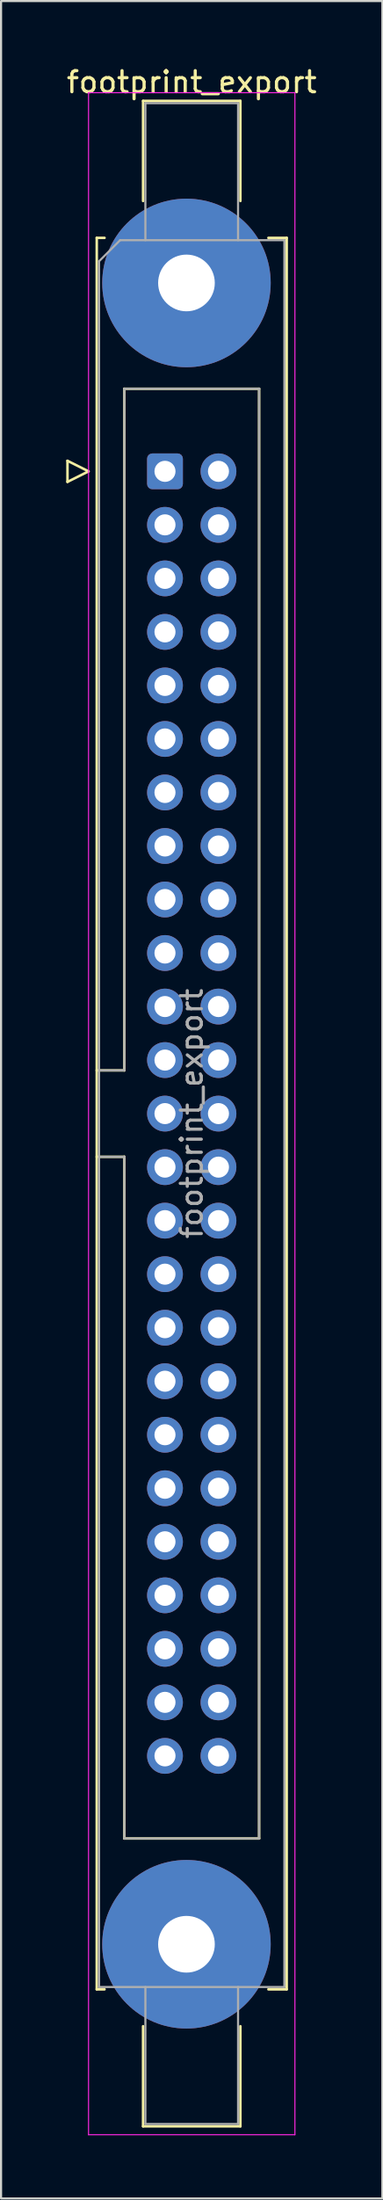
<source format=kicad_pcb>
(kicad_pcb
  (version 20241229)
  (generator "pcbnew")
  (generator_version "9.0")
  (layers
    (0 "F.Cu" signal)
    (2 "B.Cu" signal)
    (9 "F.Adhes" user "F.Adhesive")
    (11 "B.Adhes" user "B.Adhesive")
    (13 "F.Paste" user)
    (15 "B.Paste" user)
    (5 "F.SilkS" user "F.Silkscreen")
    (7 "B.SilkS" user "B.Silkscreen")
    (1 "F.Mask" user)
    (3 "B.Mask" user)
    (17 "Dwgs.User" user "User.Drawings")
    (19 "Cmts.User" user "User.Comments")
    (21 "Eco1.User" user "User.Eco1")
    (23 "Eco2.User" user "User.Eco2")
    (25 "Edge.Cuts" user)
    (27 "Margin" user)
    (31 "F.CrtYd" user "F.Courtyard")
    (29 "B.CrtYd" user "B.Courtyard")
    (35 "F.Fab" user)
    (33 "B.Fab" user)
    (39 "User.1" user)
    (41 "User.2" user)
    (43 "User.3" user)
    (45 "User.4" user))
  (footprint "footprint_export"
    (layer "F.Cu")
    (at 4.784 19.318)
    (property "Reference" "footprint_export" (at 1.27 -18.47 0) (layer "F.SilkS") (effects (font (size 1 1) (thickness 0.15))))
    (attr through_hole)
    (fp_line (start -4.63 -0.5) (end -4.63 0.5) (stroke (width 0.12) (type solid)) (layer "F.SilkS"))
    (fp_line (start -4.63 0.5) (end -3.63 0) (stroke (width 0.12) (type solid)) (layer "F.SilkS"))
    (fp_line (start -3.63 0) (end -4.63 -0.5) (stroke (width 0.12) (type solid)) (layer "F.SilkS"))
    (fp_line (start -3.24 -11.08) (end -3.24 72.04) (stroke (width 0.12) (type solid)) (layer "F.SilkS"))
    (fp_line (start -3.24 28.43) (end -1.93 28.43) (stroke (width 0.12) (type solid)) (layer "F.SilkS"))
    (fp_line (start -3.24 72.04) (end -2.87 72.04) (stroke (width 0.12) (type solid)) (layer "F.SilkS"))
    (fp_line (start -2.87 -11.08) (end -3.24 -11.08) (stroke (width 0.12) (type solid)) (layer "F.SilkS"))
    (fp_line (start -1.93 -3.92) (end 4.47 -3.92) (stroke (width 0.12) (type solid)) (layer "F.SilkS"))
    (fp_line (start -1.93 28.43) (end -1.93 -3.92) (stroke (width 0.12) (type solid)) (layer "F.SilkS"))
    (fp_line (start -1.93 32.53) (end -3.24 32.53) (stroke (width 0.12) (type solid)) (layer "F.SilkS"))
    (fp_line (start -1.93 32.53) (end -1.93 32.53) (stroke (width 0.12) (type solid)) (layer "F.SilkS"))
    (fp_line (start -1.93 64.88) (end -1.93 32.53) (stroke (width 0.12) (type solid)) (layer "F.SilkS"))
    (fp_line (start -1.04 -17.58) (end 3.58 -17.58) (stroke (width 0.12) (type solid)) (layer "F.SilkS"))
    (fp_line (start -1.04 -12.83) (end -1.04 -17.58) (stroke (width 0.12) (type solid)) (layer "F.SilkS"))
    (fp_line (start -1.04 73.79) (end -1.04 78.54) (stroke (width 0.12) (type solid)) (layer "F.SilkS"))
    (fp_line (start -1.04 78.54) (end 3.58 78.54) (stroke (width 0.12) (type solid)) (layer "F.SilkS"))
    (fp_line (start 3.58 -17.58) (end 3.58 -12.83) (stroke (width 0.12) (type solid)) (layer "F.SilkS"))
    (fp_line (start 3.58 78.54) (end 3.58 73.79) (stroke (width 0.12) (type solid)) (layer "F.SilkS"))
    (fp_line (start 4.47 -3.92) (end 4.47 64.88) (stroke (width 0.12) (type solid)) (layer "F.SilkS"))
    (fp_line (start 4.47 64.88) (end -1.93 64.88) (stroke (width 0.12) (type solid)) (layer "F.SilkS"))
    (fp_line (start 4.91 -11.08) (end 5.78 -11.08) (stroke (width 0.12) (type solid)) (layer "F.SilkS"))
    (fp_line (start 5.78 -11.08) (end 5.78 72.04) (stroke (width 0.12) (type solid)) (layer "F.SilkS"))
    (fp_line (start 5.78 72.04) (end 4.91 72.04) (stroke (width 0.12) (type solid)) (layer "F.SilkS"))
    (fp_line (start -3.63 -17.97) (end -3.63 78.94) (stroke (width 0.05) (type solid)) (layer "F.CrtYd"))
    (fp_line (start -3.63 78.94) (end 6.17 78.94) (stroke (width 0.05) (type solid)) (layer "F.CrtYd"))
    (fp_line (start 6.17 -17.97) (end -3.63 -17.97) (stroke (width 0.05) (type solid)) (layer "F.CrtYd"))
    (fp_line (start 6.17 78.94) (end 6.17 -17.97) (stroke (width 0.05) (type solid)) (layer "F.CrtYd"))
    (fp_line (start -3.13 -9.97) (end -2.13 -10.97) (stroke (width 0.1) (type solid)) (layer "F.Fab"))
    (fp_line (start -3.13 28.43) (end -1.93 28.43) (stroke (width 0.1) (type solid)) (layer "F.Fab"))
    (fp_line (start -3.13 71.93) (end -3.13 -9.97) (stroke (width 0.1) (type solid)) (layer "F.Fab"))
    (fp_line (start -2.13 -10.97) (end 5.67 -10.97) (stroke (width 0.1) (type solid)) (layer "F.Fab"))
    (fp_line (start -1.93 -3.92) (end 4.47 -3.92) (stroke (width 0.1) (type solid)) (layer "F.Fab"))
    (fp_line (start -1.93 28.43) (end -1.93 -3.92) (stroke (width 0.1) (type solid)) (layer "F.Fab"))
    (fp_line (start -1.93 32.53) (end -3.13 32.53) (stroke (width 0.1) (type solid)) (layer "F.Fab"))
    (fp_line (start -1.93 32.53) (end -1.93 32.53) (stroke (width 0.1) (type solid)) (layer "F.Fab"))
    (fp_line (start -1.93 64.88) (end -1.93 32.53) (stroke (width 0.1) (type solid)) (layer "F.Fab"))
    (fp_line (start -0.93 -17.47) (end 3.47 -17.47) (stroke (width 0.1) (type solid)) (layer "F.Fab"))
    (fp_line (start -0.93 -10.97) (end -0.93 -17.47) (stroke (width 0.1) (type solid)) (layer "F.Fab"))
    (fp_line (start -0.93 71.93) (end -0.93 78.43) (stroke (width 0.1) (type solid)) (layer "F.Fab"))
    (fp_line (start -0.93 78.43) (end 3.47 78.43) (stroke (width 0.1) (type solid)) (layer "F.Fab"))
    (fp_line (start 3.47 -17.47) (end 3.47 -10.97) (stroke (width 0.1) (type solid)) (layer "F.Fab"))
    (fp_line (start 3.47 78.43) (end 3.47 71.93) (stroke (width 0.1) (type solid)) (layer "F.Fab"))
    (fp_line (start 4.47 -3.92) (end 4.47 64.88) (stroke (width 0.1) (type solid)) (layer "F.Fab"))
    (fp_line (start 4.47 64.88) (end -1.93 64.88) (stroke (width 0.1) (type solid)) (layer "F.Fab"))
    (fp_line (start 5.67 -10.97) (end 5.67 71.93) (stroke (width 0.1) (type solid)) (layer "F.Fab"))
    (fp_line (start 5.67 71.93) (end -3.13 71.93) (stroke (width 0.1) (type solid)) (layer "F.Fab"))
    (fp_text user "${REFERENCE}" (at 1.27 30.48 90) (layer "F.Fab") (effects (font (size 1 1) (thickness 0.15))))
    (pad "1" thru_hole roundrect (at 0 0) (size 1.7 1.7) (drill 1) (layers "*.Cu" "*.Mask") (roundrect_rratio 0.147))
    (pad "2" thru_hole circle (at 2.54 0) (size 1.7 1.7) (drill 1) (layers "*.Cu" "*.Mask"))
    (pad "3" thru_hole circle (at 0 2.54) (size 1.7 1.7) (drill 1) (layers "*.Cu" "*.Mask"))
    (pad "4" thru_hole circle (at 2.54 2.54) (size 1.7 1.7) (drill 1) (layers "*.Cu" "*.Mask"))
    (pad "5" thru_hole circle (at 0 5.08) (size 1.7 1.7) (drill 1) (layers "*.Cu" "*.Mask"))
    (pad "6" thru_hole circle (at 2.54 5.08) (size 1.7 1.7) (drill 1) (layers "*.Cu" "*.Mask"))
    (pad "7" thru_hole circle (at 0 7.62) (size 1.7 1.7) (drill 1) (layers "*.Cu" "*.Mask"))
    (pad "8" thru_hole circle (at 2.54 7.62) (size 1.7 1.7) (drill 1) (layers "*.Cu" "*.Mask"))
    (pad "9" thru_hole circle (at 0 10.16) (size 1.7 1.7) (drill 1) (layers "*.Cu" "*.Mask"))
    (pad "10" thru_hole circle (at 2.54 10.16) (size 1.7 1.7) (drill 1) (layers "*.Cu" "*.Mask"))
    (pad "11" thru_hole circle (at 0 12.7) (size 1.7 1.7) (drill 1) (layers "*.Cu" "*.Mask"))
    (pad "12" thru_hole circle (at 2.54 12.7) (size 1.7 1.7) (drill 1) (layers "*.Cu" "*.Mask"))
    (pad "13" thru_hole circle (at 0 15.24) (size 1.7 1.7) (drill 1) (layers "*.Cu" "*.Mask"))
    (pad "14" thru_hole circle (at 2.54 15.24) (size 1.7 1.7) (drill 1) (layers "*.Cu" "*.Mask"))
    (pad "15" thru_hole circle (at 0 17.78) (size 1.7 1.7) (drill 1) (layers "*.Cu" "*.Mask"))
    (pad "16" thru_hole circle (at 2.54 17.78) (size 1.7 1.7) (drill 1) (layers "*.Cu" "*.Mask"))
    (pad "17" thru_hole circle (at 0 20.32) (size 1.7 1.7) (drill 1) (layers "*.Cu" "*.Mask"))
    (pad "18" thru_hole circle (at 2.54 20.32) (size 1.7 1.7) (drill 1) (layers "*.Cu" "*.Mask"))
    (pad "19" thru_hole circle (at 0 22.86) (size 1.7 1.7) (drill 1) (layers "*.Cu" "*.Mask"))
    (pad "20" thru_hole circle (at 2.54 22.86) (size 1.7 1.7) (drill 1) (layers "*.Cu" "*.Mask"))
    (pad "21" thru_hole circle (at 0 25.4) (size 1.7 1.7) (drill 1) (layers "*.Cu" "*.Mask"))
    (pad "22" thru_hole circle (at 2.54 25.4) (size 1.7 1.7) (drill 1) (layers "*.Cu" "*.Mask"))
    (pad "23" thru_hole circle (at 0 27.94) (size 1.7 1.7) (drill 1) (layers "*.Cu" "*.Mask"))
    (pad "24" thru_hole circle (at 2.54 27.94) (size 1.7 1.7) (drill 1) (layers "*.Cu" "*.Mask"))
    (pad "25" thru_hole circle (at 0 30.48) (size 1.7 1.7) (drill 1) (layers "*.Cu" "*.Mask"))
    (pad "26" thru_hole circle (at 2.54 30.48) (size 1.7 1.7) (drill 1) (layers "*.Cu" "*.Mask"))
    (pad "27" thru_hole circle (at 0 33.02) (size 1.7 1.7) (drill 1) (layers "*.Cu" "*.Mask"))
    (pad "28" thru_hole circle (at 2.54 33.02) (size 1.7 1.7) (drill 1) (layers "*.Cu" "*.Mask"))
    (pad "29" thru_hole circle (at 0 35.56) (size 1.7 1.7) (drill 1) (layers "*.Cu" "*.Mask"))
    (pad "30" thru_hole circle (at 2.54 35.56) (size 1.7 1.7) (drill 1) (layers "*.Cu" "*.Mask"))
    (pad "31" thru_hole circle (at 0 38.1) (size 1.7 1.7) (drill 1) (layers "*.Cu" "*.Mask"))
    (pad "32" thru_hole circle (at 2.54 38.1) (size 1.7 1.7) (drill 1) (layers "*.Cu" "*.Mask"))
    (pad "33" thru_hole circle (at 0 40.64) (size 1.7 1.7) (drill 1) (layers "*.Cu" "*.Mask"))
    (pad "34" thru_hole circle (at 2.54 40.64) (size 1.7 1.7) (drill 1) (layers "*.Cu" "*.Mask"))
    (pad "35" thru_hole circle (at 0 43.18) (size 1.7 1.7) (drill 1) (layers "*.Cu" "*.Mask"))
    (pad "36" thru_hole circle (at 2.54 43.18) (size 1.7 1.7) (drill 1) (layers "*.Cu" "*.Mask"))
    (pad "37" thru_hole circle (at 0 45.72) (size 1.7 1.7) (drill 1) (layers "*.Cu" "*.Mask"))
    (pad "38" thru_hole circle (at 2.54 45.72) (size 1.7 1.7) (drill 1) (layers "*.Cu" "*.Mask"))
    (pad "39" thru_hole circle (at 0 48.26) (size 1.7 1.7) (drill 1) (layers "*.Cu" "*.Mask"))
    (pad "40" thru_hole circle (at 2.54 48.26) (size 1.7 1.7) (drill 1) (layers "*.Cu" "*.Mask"))
    (pad "41" thru_hole circle (at 0 50.8) (size 1.7 1.7) (drill 1) (layers "*.Cu" "*.Mask"))
    (pad "42" thru_hole circle (at 2.54 50.8) (size 1.7 1.7) (drill 1) (layers "*.Cu" "*.Mask"))
    (pad "43" thru_hole circle (at 0 53.34) (size 1.7 1.7) (drill 1) (layers "*.Cu" "*.Mask"))
    (pad "44" thru_hole circle (at 2.54 53.34) (size 1.7 1.7) (drill 1) (layers "*.Cu" "*.Mask"))
    (pad "45" thru_hole circle (at 0 55.88) (size 1.7 1.7) (drill 1) (layers "*.Cu" "*.Mask"))
    (pad "46" thru_hole circle (at 2.54 55.88) (size 1.7 1.7) (drill 1) (layers "*.Cu" "*.Mask"))
    (pad "47" thru_hole circle (at 0 58.42) (size 1.7 1.7) (drill 1) (layers "*.Cu" "*.Mask"))
    (pad "48" thru_hole circle (at 2.54 58.42) (size 1.7 1.7) (drill 1) (layers "*.Cu" "*.Mask"))
    (pad "49" thru_hole circle (at 0 60.96) (size 1.7 1.7) (drill 1) (layers "*.Cu" "*.Mask"))
    (pad "50" thru_hole circle (at 2.54 60.96) (size 1.7 1.7) (drill 1) (layers "*.Cu" "*.Mask"))
    (pad "MP" thru_hole circle (at 1.02 -8.94) (size 8 8) (drill 2.69) (layers "*.Cu" "*.Mask"))
    (pad "MP" thru_hole circle (at 1.02 69.9) (size 8 8) (drill 2.69) (layers "*.Cu" "*.Mask")))
  (gr_rect
    (start -3 -3)
    (end 15.107 101.283)
    (stroke (width 0.1) (type default))
    (fill no)
    (layer "Edge.Cuts")))
</source>
